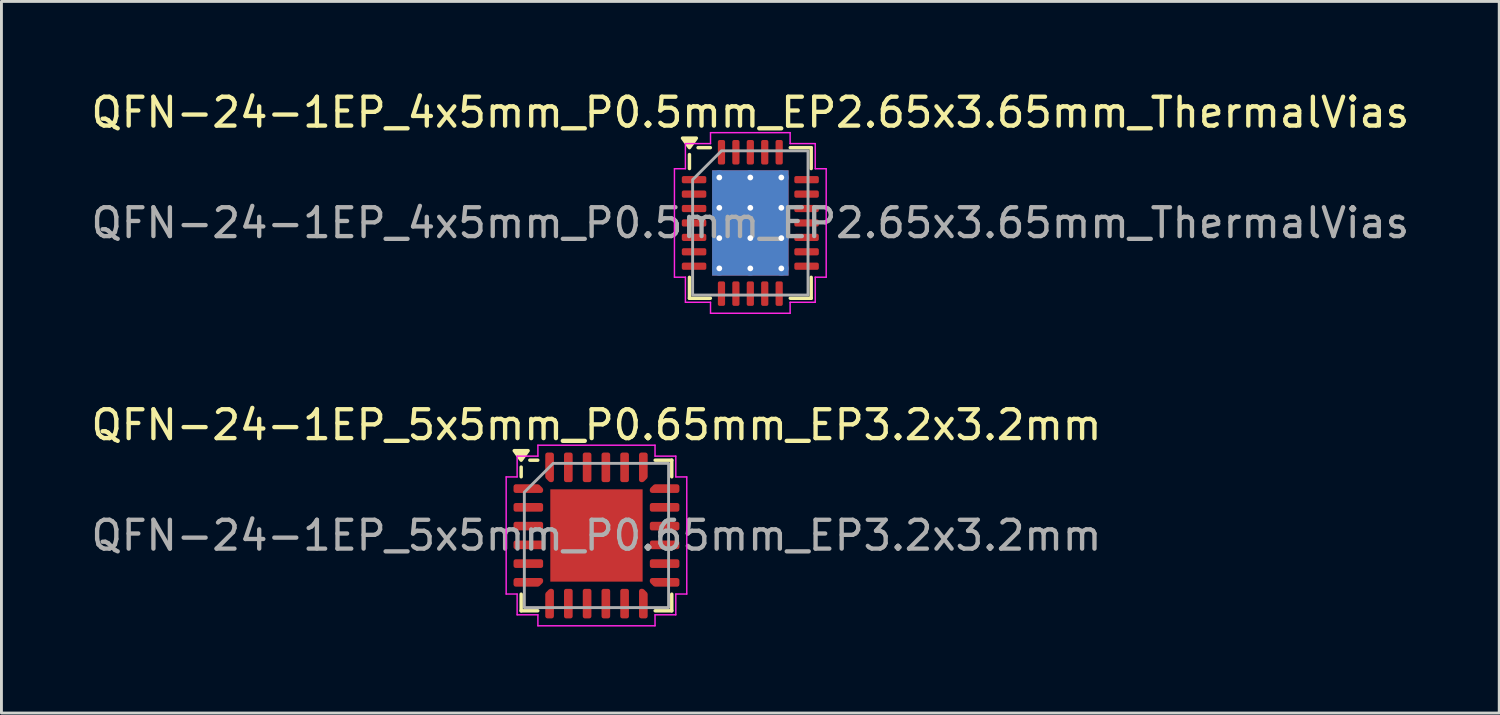
<source format=kicad_pcb>
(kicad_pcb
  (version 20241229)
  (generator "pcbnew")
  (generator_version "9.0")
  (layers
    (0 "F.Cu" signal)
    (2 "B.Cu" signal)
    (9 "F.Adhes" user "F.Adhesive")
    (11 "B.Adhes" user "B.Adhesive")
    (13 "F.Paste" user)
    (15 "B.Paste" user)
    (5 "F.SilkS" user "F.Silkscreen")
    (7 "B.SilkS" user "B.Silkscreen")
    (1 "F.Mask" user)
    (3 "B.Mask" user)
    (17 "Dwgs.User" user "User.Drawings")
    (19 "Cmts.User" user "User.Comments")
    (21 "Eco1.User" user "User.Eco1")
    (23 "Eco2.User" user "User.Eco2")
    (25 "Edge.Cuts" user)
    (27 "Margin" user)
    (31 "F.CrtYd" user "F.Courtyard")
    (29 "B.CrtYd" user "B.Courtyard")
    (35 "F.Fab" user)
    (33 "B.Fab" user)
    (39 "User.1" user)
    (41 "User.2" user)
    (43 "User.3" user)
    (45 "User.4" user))
  (footprint "QFN-24-1EP_5x5mm_P0.65mm_EP3.2x3.2mm"
    (layer "F.Cu")
    (at 17.625 15.511)
    (property "Reference" "QFN-24-1EP_5x5mm_P0.65mm_EP3.2x3.2mm" (at 0 -3.83 0) (layer "F.SilkS") (effects (font (size 1 1) (thickness 0.15))))
    (attr smd)
    (fp_line (start -2.61 -2.035) (end -2.61 -2.37) (stroke (width 0.12) (type solid)) (layer "F.SilkS"))
    (fp_line (start -2.61 2.61) (end -2.61 2.035) (stroke (width 0.12) (type solid)) (layer "F.SilkS"))
    (fp_line (start -2.035 -2.61) (end -2.31 -2.61) (stroke (width 0.12) (type solid)) (layer "F.SilkS"))
    (fp_line (start -2.035 2.61) (end -2.61 2.61) (stroke (width 0.12) (type solid)) (layer "F.SilkS"))
    (fp_line (start 2.035 -2.61) (end 2.61 -2.61) (stroke (width 0.12) (type solid)) (layer "F.SilkS"))
    (fp_line (start 2.035 2.61) (end 2.61 2.61) (stroke (width 0.12) (type solid)) (layer "F.SilkS"))
    (fp_line (start 2.61 -2.61) (end 2.61 -2.035) (stroke (width 0.12) (type solid)) (layer "F.SilkS"))
    (fp_line (start 2.61 2.61) (end 2.61 2.035) (stroke (width 0.12) (type solid)) (layer "F.SilkS"))
    (fp_poly (pts (xy -2.61 -2.61) (xy -2.85 -2.94) (xy -2.37 -2.94)) (stroke (width 0.12) (type solid)) (fill yes) (layer "F.SilkS"))
    (fp_line (start -3.13 -2.03) (end -2.75 -2.03) (stroke (width 0.05) (type solid)) (layer "F.CrtYd"))
    (fp_line (start -3.13 2.03) (end -3.13 -2.03) (stroke (width 0.05) (type solid)) (layer "F.CrtYd"))
    (fp_line (start -2.75 -2.75) (end -2.03 -2.75) (stroke (width 0.05) (type solid)) (layer "F.CrtYd"))
    (fp_line (start -2.75 -2.03) (end -2.75 -2.75) (stroke (width 0.05) (type solid)) (layer "F.CrtYd"))
    (fp_line (start -2.75 2.03) (end -3.13 2.03) (stroke (width 0.05) (type solid)) (layer "F.CrtYd"))
    (fp_line (start -2.75 2.75) (end -2.75 2.03) (stroke (width 0.05) (type solid)) (layer "F.CrtYd"))
    (fp_line (start -2.03 -3.13) (end 2.03 -3.13) (stroke (width 0.05) (type solid)) (layer "F.CrtYd"))
    (fp_line (start -2.03 -2.75) (end -2.03 -3.13) (stroke (width 0.05) (type solid)) (layer "F.CrtYd"))
    (fp_line (start -2.03 2.75) (end -2.75 2.75) (stroke (width 0.05) (type solid)) (layer "F.CrtYd"))
    (fp_line (start -2.03 3.13) (end -2.03 2.75) (stroke (width 0.05) (type solid)) (layer "F.CrtYd"))
    (fp_line (start 2.03 -3.13) (end 2.03 -2.75) (stroke (width 0.05) (type solid)) (layer "F.CrtYd"))
    (fp_line (start 2.03 -2.75) (end 2.75 -2.75) (stroke (width 0.05) (type solid)) (layer "F.CrtYd"))
    (fp_line (start 2.03 2.75) (end 2.03 3.13) (stroke (width 0.05) (type solid)) (layer "F.CrtYd"))
    (fp_line (start 2.03 3.13) (end -2.03 3.13) (stroke (width 0.05) (type solid)) (layer "F.CrtYd"))
    (fp_line (start 2.75 -2.75) (end 2.75 -2.03) (stroke (width 0.05) (type solid)) (layer "F.CrtYd"))
    (fp_line (start 2.75 -2.03) (end 3.13 -2.03) (stroke (width 0.05) (type solid)) (layer "F.CrtYd"))
    (fp_line (start 2.75 2.03) (end 2.75 2.75) (stroke (width 0.05) (type solid)) (layer "F.CrtYd"))
    (fp_line (start 2.75 2.75) (end 2.03 2.75) (stroke (width 0.05) (type solid)) (layer "F.CrtYd"))
    (fp_line (start 3.13 -2.03) (end 3.13 2.03) (stroke (width 0.05) (type solid)) (layer "F.CrtYd"))
    (fp_line (start 3.13 2.03) (end 2.75 2.03) (stroke (width 0.05) (type solid)) (layer "F.CrtYd"))
    (fp_poly (pts (xy -2.5 -1.5) (xy -2.5 2.5) (xy 2.5 2.5) (xy 2.5 -2.5) (xy -1.5 -2.5)) (stroke (width 0.1) (type solid)) (fill no) (layer "F.Fab"))
    (fp_text user "${REFERENCE}" (at 0 0 0) (layer "F.Fab") (effects (font (size 1 1) (thickness 0.15))))
    (pad "" smd roundrect (at -0.8 -0.8) (size 1.29 1.29) (layers "F.Paste") (roundrect_rratio 0.194))
    (pad "" smd roundrect (at -0.8 0.8) (size 1.29 1.29) (layers "F.Paste") (roundrect_rratio 0.194))
    (pad "" smd roundrect (at 0.8 -0.8) (size 1.29 1.29) (layers "F.Paste") (roundrect_rratio 0.194))
    (pad "" smd roundrect (at 0.8 0.8) (size 1.29 1.29) (layers "F.Paste") (roundrect_rratio 0.194))
    (pad "1" smd custom (at -2.362 -1.625) (size 0.194 0.194) (layers "F.Cu" "F.Mask" "F.Paste") (options (anchor circle)) (primitives (gr_poly (pts (xy -0.438 -0.075) (xy 0.331 -0.075) (xy 0.438 0.031) (xy 0.438 0.075) (xy -0.438 0.075)) (width 0.15) (fill yes))))
    (pad "2" smd roundrect (at -2.362 -0.975) (size 1.025 0.3) (layers "F.Cu" "F.Mask" "F.Paste") (roundrect_rratio 0.25))
    (pad "3" smd roundrect (at -2.362 -0.325) (size 1.025 0.3) (layers "F.Cu" "F.Mask" "F.Paste") (roundrect_rratio 0.25))
    (pad "4" smd roundrect (at -2.362 0.325) (size 1.025 0.3) (layers "F.Cu" "F.Mask" "F.Paste") (roundrect_rratio 0.25))
    (pad "5" smd roundrect (at -2.362 0.975) (size 1.025 0.3) (layers "F.Cu" "F.Mask" "F.Paste") (roundrect_rratio 0.25))
    (pad "6" smd custom (at -2.362 1.625) (size 0.194 0.194) (layers "F.Cu" "F.Mask" "F.Paste") (options (anchor circle)) (primitives (gr_poly (pts (xy -0.438 -0.075) (xy 0.438 -0.075) (xy 0.438 -0.031) (xy 0.331 0.075) (xy -0.438 0.075)) (width 0.15) (fill yes))))
    (pad "7" smd custom (at -1.625 2.362) (size 0.194 0.194) (layers "F.Cu" "F.Mask" "F.Paste") (options (anchor circle)) (primitives (gr_poly (pts (xy -0.075 -0.331) (xy 0.031 -0.438) (xy 0.075 -0.438) (xy 0.075 0.438) (xy -0.075 0.438)) (width 0.15) (fill yes))))
    (pad "8" smd roundrect (at -0.975 2.362) (size 0.3 1.025) (layers "F.Cu" "F.Mask" "F.Paste") (roundrect_rratio 0.25))
    (pad "9" smd roundrect (at -0.325 2.362) (size 0.3 1.025) (layers "F.Cu" "F.Mask" "F.Paste") (roundrect_rratio 0.25))
    (pad "10" smd roundrect (at 0.325 2.362) (size 0.3 1.025) (layers "F.Cu" "F.Mask" "F.Paste") (roundrect_rratio 0.25))
    (pad "11" smd roundrect (at 0.975 2.362) (size 0.3 1.025) (layers "F.Cu" "F.Mask" "F.Paste") (roundrect_rratio 0.25))
    (pad "12" smd custom (at 1.625 2.362) (size 0.194 0.194) (layers "F.Cu" "F.Mask" "F.Paste") (options (anchor circle)) (primitives (gr_poly (pts (xy -0.075 -0.438) (xy -0.031 -0.438) (xy 0.075 -0.331) (xy 0.075 0.438) (xy -0.075 0.438)) (width 0.15) (fill yes))))
    (pad "13" smd custom (at 2.362 1.625) (size 0.194 0.194) (layers "F.Cu" "F.Mask" "F.Paste") (options (anchor circle)) (primitives (gr_poly (pts (xy -0.438 -0.075) (xy 0.438 -0.075) (xy 0.438 0.075) (xy -0.331 0.075) (xy -0.438 -0.031)) (width 0.15) (fill yes))))
    (pad "14" smd roundrect (at 2.362 0.975) (size 1.025 0.3) (layers "F.Cu" "F.Mask" "F.Paste") (roundrect_rratio 0.25))
    (pad "15" smd roundrect (at 2.362 0.325) (size 1.025 0.3) (layers "F.Cu" "F.Mask" "F.Paste") (roundrect_rratio 0.25))
    (pad "16" smd roundrect (at 2.362 -0.325) (size 1.025 0.3) (layers "F.Cu" "F.Mask" "F.Paste") (roundrect_rratio 0.25))
    (pad "17" smd roundrect (at 2.362 -0.975) (size 1.025 0.3) (layers "F.Cu" "F.Mask" "F.Paste") (roundrect_rratio 0.25))
    (pad "18" smd custom (at 2.362 -1.625) (size 0.194 0.194) (layers "F.Cu" "F.Mask" "F.Paste") (options (anchor circle)) (primitives (gr_poly (pts (xy -0.438 0.031) (xy -0.331 -0.075) (xy 0.438 -0.075) (xy 0.438 0.075) (xy -0.438 0.075)) (width 0.15) (fill yes))))
    (pad "19" smd custom (at 1.625 -2.362) (size 0.194 0.194) (layers "F.Cu" "F.Mask" "F.Paste") (options (anchor circle)) (primitives (gr_poly (pts (xy -0.075 -0.438) (xy 0.075 -0.438) (xy 0.075 0.331) (xy -0.031 0.438) (xy -0.075 0.438)) (width 0.15) (fill yes))))
    (pad "20" smd roundrect (at 0.975 -2.362) (size 0.3 1.025) (layers "F.Cu" "F.Mask" "F.Paste") (roundrect_rratio 0.25))
    (pad "21" smd roundrect (at 0.325 -2.362) (size 0.3 1.025) (layers "F.Cu" "F.Mask" "F.Paste") (roundrect_rratio 0.25))
    (pad "22" smd roundrect (at -0.325 -2.362) (size 0.3 1.025) (layers "F.Cu" "F.Mask" "F.Paste") (roundrect_rratio 0.25))
    (pad "23" smd roundrect (at -0.975 -2.362) (size 0.3 1.025) (layers "F.Cu" "F.Mask" "F.Paste") (roundrect_rratio 0.25))
    (pad "24" smd custom (at -1.625 -2.362) (size 0.194 0.194) (layers "F.Cu" "F.Mask" "F.Paste") (options (anchor circle)) (primitives (gr_poly (pts (xy -0.075 -0.438) (xy 0.075 -0.438) (xy 0.075 0.438) (xy 0.031 0.438) (xy -0.075 0.331)) (width 0.15) (fill yes))))
    (pad "25" smd rect (at 0 0) (size 3.2 3.2) (property pad_prop_heatsink) (layers "F.Cu" "F.Mask")))
  (footprint "QFN-24-1EP_4x5mm_P0.5mm_EP2.65x3.65mm_ThermalVias"
    (layer "F.Cu")
    (at 22.958 4.678)
    (property "Reference" "QFN-24-1EP_4x5mm_P0.5mm_EP2.65x3.65mm_ThermalVias" (at 0 -3.83 0) (layer "F.SilkS") (effects (font (size 1 1) (thickness 0.15))))
    (attr smd)
    (fp_line (start -2.11 -1.885) (end -2.11 -2.37) (stroke (width 0.12) (type solid)) (layer "F.SilkS"))
    (fp_line (start -2.11 2.61) (end -2.11 1.885) (stroke (width 0.12) (type solid)) (layer "F.SilkS"))
    (fp_line (start -1.385 -2.61) (end -1.81 -2.61) (stroke (width 0.12) (type solid)) (layer "F.SilkS"))
    (fp_line (start -1.385 2.61) (end -2.11 2.61) (stroke (width 0.12) (type solid)) (layer "F.SilkS"))
    (fp_line (start 1.385 -2.61) (end 2.11 -2.61) (stroke (width 0.12) (type solid)) (layer "F.SilkS"))
    (fp_line (start 1.385 2.61) (end 2.11 2.61) (stroke (width 0.12) (type solid)) (layer "F.SilkS"))
    (fp_line (start 2.11 -2.61) (end 2.11 -1.885) (stroke (width 0.12) (type solid)) (layer "F.SilkS"))
    (fp_line (start 2.11 2.61) (end 2.11 1.885) (stroke (width 0.12) (type solid)) (layer "F.SilkS"))
    (fp_poly (pts (xy -2.11 -2.61) (xy -2.35 -2.94) (xy -1.87 -2.94)) (stroke (width 0.12) (type solid)) (fill yes) (layer "F.SilkS"))
    (fp_line (start -2.63 -1.88) (end -2.25 -1.88) (stroke (width 0.05) (type solid)) (layer "F.CrtYd"))
    (fp_line (start -2.63 1.88) (end -2.63 -1.88) (stroke (width 0.05) (type solid)) (layer "F.CrtYd"))
    (fp_line (start -2.25 -2.75) (end -1.38 -2.75) (stroke (width 0.05) (type solid)) (layer "F.CrtYd"))
    (fp_line (start -2.25 -1.88) (end -2.25 -2.75) (stroke (width 0.05) (type solid)) (layer "F.CrtYd"))
    (fp_line (start -2.25 1.88) (end -2.63 1.88) (stroke (width 0.05) (type solid)) (layer "F.CrtYd"))
    (fp_line (start -2.25 2.75) (end -2.25 1.88) (stroke (width 0.05) (type solid)) (layer "F.CrtYd"))
    (fp_line (start -1.38 -3.13) (end 1.38 -3.13) (stroke (width 0.05) (type solid)) (layer "F.CrtYd"))
    (fp_line (start -1.38 -2.75) (end -1.38 -3.13) (stroke (width 0.05) (type solid)) (layer "F.CrtYd"))
    (fp_line (start -1.38 2.75) (end -2.25 2.75) (stroke (width 0.05) (type solid)) (layer "F.CrtYd"))
    (fp_line (start -1.38 3.13) (end -1.38 2.75) (stroke (width 0.05) (type solid)) (layer "F.CrtYd"))
    (fp_line (start 1.38 -3.13) (end 1.38 -2.75) (stroke (width 0.05) (type solid)) (layer "F.CrtYd"))
    (fp_line (start 1.38 -2.75) (end 2.25 -2.75) (stroke (width 0.05) (type solid)) (layer "F.CrtYd"))
    (fp_line (start 1.38 2.75) (end 1.38 3.13) (stroke (width 0.05) (type solid)) (layer "F.CrtYd"))
    (fp_line (start 1.38 3.13) (end -1.38 3.13) (stroke (width 0.05) (type solid)) (layer "F.CrtYd"))
    (fp_line (start 2.25 -2.75) (end 2.25 -1.88) (stroke (width 0.05) (type solid)) (layer "F.CrtYd"))
    (fp_line (start 2.25 -1.88) (end 2.63 -1.88) (stroke (width 0.05) (type solid)) (layer "F.CrtYd"))
    (fp_line (start 2.25 1.88) (end 2.25 2.75) (stroke (width 0.05) (type solid)) (layer "F.CrtYd"))
    (fp_line (start 2.25 2.75) (end 1.38 2.75) (stroke (width 0.05) (type solid)) (layer "F.CrtYd"))
    (fp_line (start 2.63 -1.88) (end 2.63 1.88) (stroke (width 0.05) (type solid)) (layer "F.CrtYd"))
    (fp_line (start 2.63 1.88) (end 2.25 1.88) (stroke (width 0.05) (type solid)) (layer "F.CrtYd"))
    (fp_poly (pts (xy -2 -1.5) (xy -2 2.5) (xy 2 2.5) (xy 2 -2.5) (xy -1 -2.5)) (stroke (width 0.1) (type solid)) (fill no) (layer "F.Fab"))
    (fp_text user "${REFERENCE}" (at 0 0 0) (layer "F.Fab") (effects (font (size 1 1) (thickness 0.15))))
    (pad "" smd roundrect (at -0.66 -1.22) (size 1.15 1.05) (layers "F.Paste") (roundrect_rratio 0.238))
    (pad "" smd roundrect (at -0.66 0) (size 1.15 1.05) (layers "F.Paste") (roundrect_rratio 0.238))
    (pad "" smd roundrect (at -0.66 1.22) (size 1.15 1.05) (layers "F.Paste") (roundrect_rratio 0.238))
    (pad "" smd roundrect (at 0.66 -1.22) (size 1.15 1.05) (layers "F.Paste") (roundrect_rratio 0.238))
    (pad "" smd roundrect (at 0.66 0) (size 1.15 1.05) (layers "F.Paste") (roundrect_rratio 0.238))
    (pad "" smd roundrect (at 0.66 1.22) (size 1.15 1.05) (layers "F.Paste") (roundrect_rratio 0.238))
    (pad "1" smd roundrect (at -1.95 -1.5) (size 0.85 0.25) (layers "F.Cu" "F.Mask" "F.Paste") (roundrect_rratio 0.25))
    (pad "2" smd roundrect (at -1.95 -1) (size 0.85 0.25) (layers "F.Cu" "F.Mask" "F.Paste") (roundrect_rratio 0.25))
    (pad "3" smd roundrect (at -1.95 -0.5) (size 0.85 0.25) (layers "F.Cu" "F.Mask" "F.Paste") (roundrect_rratio 0.25))
    (pad "4" smd roundrect (at -1.95 0) (size 0.85 0.25) (layers "F.Cu" "F.Mask" "F.Paste") (roundrect_rratio 0.25))
    (pad "5" smd roundrect (at -1.95 0.5) (size 0.85 0.25) (layers "F.Cu" "F.Mask" "F.Paste") (roundrect_rratio 0.25))
    (pad "6" smd roundrect (at -1.95 1) (size 0.85 0.25) (layers "F.Cu" "F.Mask" "F.Paste") (roundrect_rratio 0.25))
    (pad "7" smd roundrect (at -1.95 1.5) (size 0.85 0.25) (layers "F.Cu" "F.Mask" "F.Paste") (roundrect_rratio 0.25))
    (pad "8" smd roundrect (at -1 2.45) (size 0.25 0.85) (layers "F.Cu" "F.Mask" "F.Paste") (roundrect_rratio 0.25))
    (pad "9" smd roundrect (at -0.5 2.45) (size 0.25 0.85) (layers "F.Cu" "F.Mask" "F.Paste") (roundrect_rratio 0.25))
    (pad "10" smd roundrect (at 0 2.45) (size 0.25 0.85) (layers "F.Cu" "F.Mask" "F.Paste") (roundrect_rratio 0.25))
    (pad "11" smd roundrect (at 0.5 2.45) (size 0.25 0.85) (layers "F.Cu" "F.Mask" "F.Paste") (roundrect_rratio 0.25))
    (pad "12" smd roundrect (at 1 2.45) (size 0.25 0.85) (layers "F.Cu" "F.Mask" "F.Paste") (roundrect_rratio 0.25))
    (pad "13" smd roundrect (at 1.95 1.5) (size 0.85 0.25) (layers "F.Cu" "F.Mask" "F.Paste") (roundrect_rratio 0.25))
    (pad "14" smd roundrect (at 1.95 1) (size 0.85 0.25) (layers "F.Cu" "F.Mask" "F.Paste") (roundrect_rratio 0.25))
    (pad "15" smd roundrect (at 1.95 0.5) (size 0.85 0.25) (layers "F.Cu" "F.Mask" "F.Paste") (roundrect_rratio 0.25))
    (pad "16" smd roundrect (at 1.95 0) (size 0.85 0.25) (layers "F.Cu" "F.Mask" "F.Paste") (roundrect_rratio 0.25))
    (pad "17" smd roundrect (at 1.95 -0.5) (size 0.85 0.25) (layers "F.Cu" "F.Mask" "F.Paste") (roundrect_rratio 0.25))
    (pad "18" smd roundrect (at 1.95 -1) (size 0.85 0.25) (layers "F.Cu" "F.Mask" "F.Paste") (roundrect_rratio 0.25))
    (pad "19" smd roundrect (at 1.95 -1.5) (size 0.85 0.25) (layers "F.Cu" "F.Mask" "F.Paste") (roundrect_rratio 0.25))
    (pad "20" smd roundrect (at 1 -2.45) (size 0.25 0.85) (layers "F.Cu" "F.Mask" "F.Paste") (roundrect_rratio 0.25))
    (pad "21" smd roundrect (at 0.5 -2.45) (size 0.25 0.85) (layers "F.Cu" "F.Mask" "F.Paste") (roundrect_rratio 0.25))
    (pad "22" smd roundrect (at 0 -2.45) (size 0.25 0.85) (layers "F.Cu" "F.Mask" "F.Paste") (roundrect_rratio 0.25))
    (pad "23" smd roundrect (at -0.5 -2.45) (size 0.25 0.85) (layers "F.Cu" "F.Mask" "F.Paste") (roundrect_rratio 0.25))
    (pad "24" smd roundrect (at -1 -2.45) (size 0.25 0.85) (layers "F.Cu" "F.Mask" "F.Paste") (roundrect_rratio 0.25))
    (pad "25" thru_hole circle (at -1.075 -1.575) (size 0.5 0.5) (drill 0.2) (property pad_prop_heatsink) (layers "*.Cu"))
    (pad "25" thru_hole circle (at -1.075 -0.525) (size 0.5 0.5) (drill 0.2) (property pad_prop_heatsink) (layers "*.Cu"))
    (pad "25" thru_hole circle (at -1.075 0.525) (size 0.5 0.5) (drill 0.2) (property pad_prop_heatsink) (layers "*.Cu"))
    (pad "25" thru_hole circle (at -1.075 1.575) (size 0.5 0.5) (drill 0.2) (property pad_prop_heatsink) (layers "*.Cu"))
    (pad "25" thru_hole circle (at 0 -1.575) (size 0.5 0.5) (drill 0.2) (property pad_prop_heatsink) (layers "*.Cu"))
    (pad "25" thru_hole circle (at 0 -0.525) (size 0.5 0.5) (drill 0.2) (property pad_prop_heatsink) (layers "*.Cu"))
    (pad "25" smd rect (at 0 0) (size 2.65 3.65) (property pad_prop_heatsink) (layers "F.Cu" "F.Mask"))
    (pad "25" smd rect (at 0 0) (size 2.65 3.65) (property pad_prop_heatsink) (layers "B.Cu"))
    (pad "25" thru_hole circle (at 0 0.525) (size 0.5 0.5) (drill 0.2) (property pad_prop_heatsink) (layers "*.Cu"))
    (pad "25" thru_hole circle (at 0 1.575) (size 0.5 0.5) (drill 0.2) (property pad_prop_heatsink) (layers "*.Cu"))
    (pad "25" thru_hole circle (at 1.075 -1.575) (size 0.5 0.5) (drill 0.2) (property pad_prop_heatsink) (layers "*.Cu"))
    (pad "25" thru_hole circle (at 1.075 -0.525) (size 0.5 0.5) (drill 0.2) (property pad_prop_heatsink) (layers "*.Cu"))
    (pad "25" thru_hole circle (at 1.075 0.525) (size 0.5 0.5) (drill 0.2) (property pad_prop_heatsink) (layers "*.Cu"))
    (pad "25" thru_hole circle (at 1.075 1.575) (size 0.5 0.5) (drill 0.2) (property pad_prop_heatsink) (layers "*.Cu")))
  (gr_rect
    (start -3 -3)
    (end 48.917 21.666)
    (stroke (width 0.1) (type default))
    (fill no)
    (layer "Edge.Cuts")))
</source>
